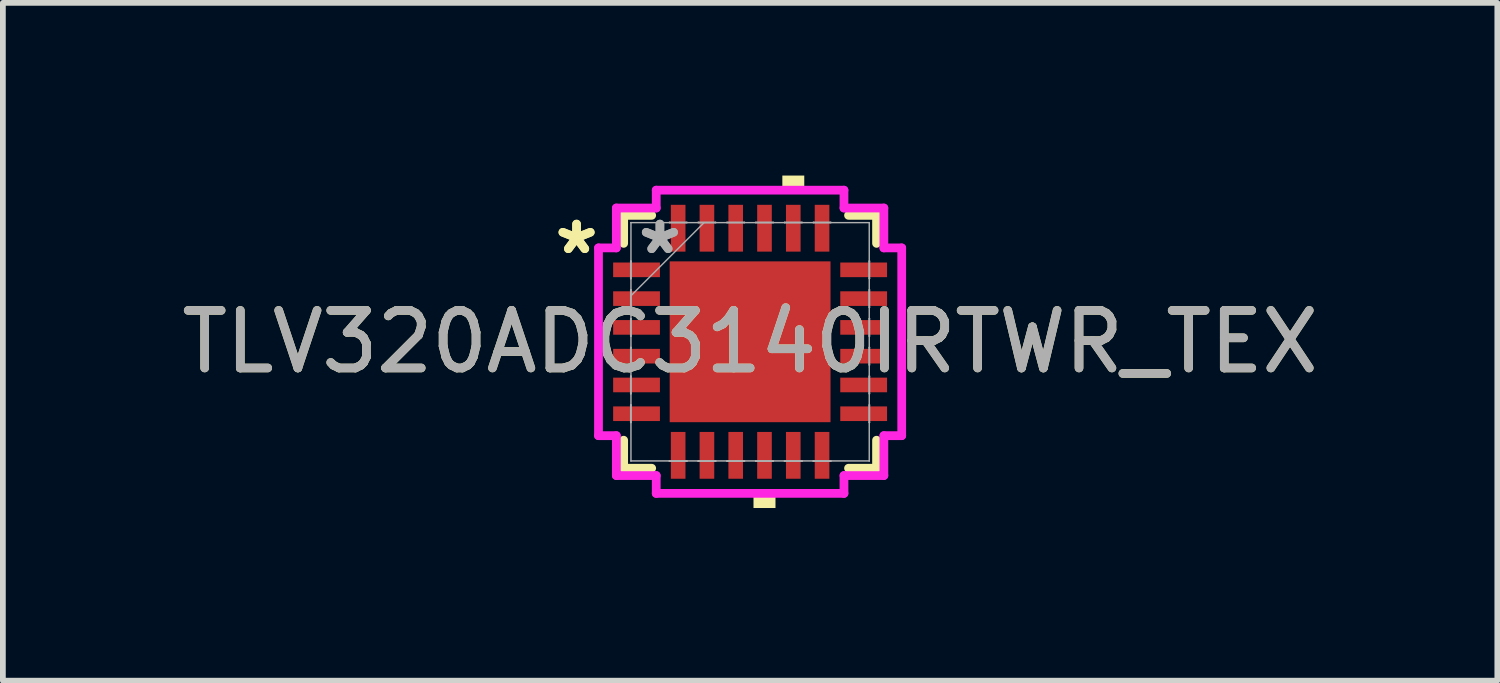
<source format=kicad_pcb>
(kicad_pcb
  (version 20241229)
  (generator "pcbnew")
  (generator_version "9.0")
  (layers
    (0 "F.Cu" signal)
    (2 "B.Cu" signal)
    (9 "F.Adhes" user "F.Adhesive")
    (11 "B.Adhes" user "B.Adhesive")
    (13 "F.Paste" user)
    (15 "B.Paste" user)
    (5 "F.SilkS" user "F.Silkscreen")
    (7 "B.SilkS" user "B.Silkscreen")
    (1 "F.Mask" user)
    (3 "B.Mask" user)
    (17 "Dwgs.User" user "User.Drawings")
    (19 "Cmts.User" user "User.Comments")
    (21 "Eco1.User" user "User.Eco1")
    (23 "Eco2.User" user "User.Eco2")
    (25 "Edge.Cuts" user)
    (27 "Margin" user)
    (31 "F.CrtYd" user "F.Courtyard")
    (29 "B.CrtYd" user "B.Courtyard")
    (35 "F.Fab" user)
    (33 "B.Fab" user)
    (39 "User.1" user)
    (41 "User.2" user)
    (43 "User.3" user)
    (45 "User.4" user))
  (footprint "TLV320ADC3140IRTWR_TEX"
    (layer "F.Cu")
    (at 9.982 2.888)
    (property "Reference" "TLV320ADC3140IRTWR_TEX" (at 0 0 0) (unlocked yes) (layer "F.SilkS") (effects (font (size 1 1) (thickness 0.15))))
    (attr smd)
    (fp_line (start -2.197 -2.197) (end -2.197 -1.71) (stroke (width 0.152) (type solid)) (layer "F.SilkS"))
    (fp_line (start -2.197 1.71) (end -2.197 2.197) (stroke (width 0.152) (type solid)) (layer "F.SilkS"))
    (fp_line (start -2.197 2.197) (end -1.71 2.197) (stroke (width 0.152) (type solid)) (layer "F.SilkS"))
    (fp_line (start -1.71 -2.197) (end -2.197 -2.197) (stroke (width 0.152) (type solid)) (layer "F.SilkS"))
    (fp_line (start 1.71 2.197) (end 2.197 2.197) (stroke (width 0.152) (type solid)) (layer "F.SilkS"))
    (fp_line (start 2.197 -2.197) (end 1.71 -2.197) (stroke (width 0.152) (type solid)) (layer "F.SilkS"))
    (fp_line (start 2.197 -1.71) (end 2.197 -2.197) (stroke (width 0.152) (type solid)) (layer "F.SilkS"))
    (fp_line (start 2.197 2.197) (end 2.197 1.71) (stroke (width 0.152) (type solid)) (layer "F.SilkS"))
    (fp_poly (pts (xy 0.059 2.634) (xy 0.059 2.888) (xy 0.441 2.888) (xy 0.441 2.634)) (stroke (width 0) (type solid)) (fill yes) (layer "F.SilkS"))
    (fp_poly (pts (xy 0.56 -2.634) (xy 0.56 -2.888) (xy 0.941 -2.888) (xy 0.941 -2.634)) (stroke (width 0) (type solid)) (fill yes) (layer "F.SilkS"))
    (fp_poly (pts (xy -1.297 -1.297) (xy -1.297 -0.1) (xy -0.1 -0.1) (xy -0.1 -1.297)) (stroke (width 0) (type solid)) (fill yes) (layer "F.Paste"))
    (fp_poly (pts (xy -1.297 0.1) (xy -1.297 1.297) (xy -0.1 1.297) (xy -0.1 0.1)) (stroke (width 0) (type solid)) (fill yes) (layer "F.Paste"))
    (fp_poly (pts (xy 0.1 -1.297) (xy 0.1 -0.1) (xy 1.297 -0.1) (xy 1.297 -1.297)) (stroke (width 0) (type solid)) (fill yes) (layer "F.Paste"))
    (fp_poly (pts (xy 0.1 0.1) (xy 0.1 1.297) (xy 1.297 1.297) (xy 1.297 0.1)) (stroke (width 0) (type solid)) (fill yes) (layer "F.Paste"))
    (fp_line (start -2.634 -1.631) (end -2.324 -1.631) (stroke (width 0.152) (type solid)) (layer "F.CrtYd"))
    (fp_line (start -2.634 1.631) (end -2.634 -1.631) (stroke (width 0.152) (type solid)) (layer "F.CrtYd"))
    (fp_line (start -2.324 -2.324) (end -1.631 -2.324) (stroke (width 0.152) (type solid)) (layer "F.CrtYd"))
    (fp_line (start -2.324 -1.631) (end -2.324 -2.324) (stroke (width 0.152) (type solid)) (layer "F.CrtYd"))
    (fp_line (start -2.324 1.631) (end -2.634 1.631) (stroke (width 0.152) (type solid)) (layer "F.CrtYd"))
    (fp_line (start -2.324 2.324) (end -2.324 1.631) (stroke (width 0.152) (type solid)) (layer "F.CrtYd"))
    (fp_line (start -1.631 -2.634) (end 1.631 -2.634) (stroke (width 0.152) (type solid)) (layer "F.CrtYd"))
    (fp_line (start -1.631 -2.324) (end -1.631 -2.634) (stroke (width 0.152) (type solid)) (layer "F.CrtYd"))
    (fp_line (start -1.631 2.324) (end -2.324 2.324) (stroke (width 0.152) (type solid)) (layer "F.CrtYd"))
    (fp_line (start -1.631 2.634) (end -1.631 2.324) (stroke (width 0.152) (type solid)) (layer "F.CrtYd"))
    (fp_line (start 1.631 -2.634) (end 1.631 -2.324) (stroke (width 0.152) (type solid)) (layer "F.CrtYd"))
    (fp_line (start 1.631 -2.324) (end 2.324 -2.324) (stroke (width 0.152) (type solid)) (layer "F.CrtYd"))
    (fp_line (start 1.631 2.324) (end 1.631 2.634) (stroke (width 0.152) (type solid)) (layer "F.CrtYd"))
    (fp_line (start 1.631 2.634) (end -1.631 2.634) (stroke (width 0.152) (type solid)) (layer "F.CrtYd"))
    (fp_line (start 2.324 -2.324) (end 2.324 -1.631) (stroke (width 0.152) (type solid)) (layer "F.CrtYd"))
    (fp_line (start 2.324 -1.631) (end 2.634 -1.631) (stroke (width 0.152) (type solid)) (layer "F.CrtYd"))
    (fp_line (start 2.324 1.631) (end 2.324 2.324) (stroke (width 0.152) (type solid)) (layer "F.CrtYd"))
    (fp_line (start 2.324 2.324) (end 1.631 2.324) (stroke (width 0.152) (type solid)) (layer "F.CrtYd"))
    (fp_line (start 2.634 -1.631) (end 2.634 1.631) (stroke (width 0.152) (type solid)) (layer "F.CrtYd"))
    (fp_line (start 2.634 1.631) (end 2.324 1.631) (stroke (width 0.152) (type solid)) (layer "F.CrtYd"))
    (fp_line (start -2.075 -1.402) (end -2.075 -1.098) (stroke (width 0.025) (type solid)) (layer "F.Fab"))
    (fp_line (start -2.075 -1.098) (end -2.07 -1.098) (stroke (width 0.025) (type solid)) (layer "F.Fab"))
    (fp_line (start -2.075 -0.902) (end -2.075 -0.598) (stroke (width 0.025) (type solid)) (layer "F.Fab"))
    (fp_line (start -2.075 -0.598) (end -2.07 -0.598) (stroke (width 0.025) (type solid)) (layer "F.Fab"))
    (fp_line (start -2.075 -0.402) (end -2.075 -0.098) (stroke (width 0.025) (type solid)) (layer "F.Fab"))
    (fp_line (start -2.075 -0.098) (end -2.07 -0.098) (stroke (width 0.025) (type solid)) (layer "F.Fab"))
    (fp_line (start -2.075 0.098) (end -2.075 0.402) (stroke (width 0.025) (type solid)) (layer "F.Fab"))
    (fp_line (start -2.075 0.402) (end -2.07 0.402) (stroke (width 0.025) (type solid)) (layer "F.Fab"))
    (fp_line (start -2.075 0.598) (end -2.075 0.902) (stroke (width 0.025) (type solid)) (layer "F.Fab"))
    (fp_line (start -2.075 0.902) (end -2.07 0.902) (stroke (width 0.025) (type solid)) (layer "F.Fab"))
    (fp_line (start -2.075 1.098) (end -2.075 1.402) (stroke (width 0.025) (type solid)) (layer "F.Fab"))
    (fp_line (start -2.075 1.402) (end -2.07 1.402) (stroke (width 0.025) (type solid)) (layer "F.Fab"))
    (fp_line (start -2.07 -2.07) (end -2.07 -2.07) (stroke (width 0.025) (type solid)) (layer "F.Fab"))
    (fp_line (start -2.07 -2.07) (end -2.07 2.07) (stroke (width 0.025) (type solid)) (layer "F.Fab"))
    (fp_line (start -2.07 -1.402) (end -2.075 -1.402) (stroke (width 0.025) (type solid)) (layer "F.Fab"))
    (fp_line (start -2.07 -1.098) (end -2.07 -1.402) (stroke (width 0.025) (type solid)) (layer "F.Fab"))
    (fp_line (start -2.07 -0.902) (end -2.075 -0.902) (stroke (width 0.025) (type solid)) (layer "F.Fab"))
    (fp_line (start -2.07 -0.8) (end -0.8 -2.07) (stroke (width 0.025) (type solid)) (layer "F.Fab"))
    (fp_line (start -2.07 -0.598) (end -2.07 -0.902) (stroke (width 0.025) (type solid)) (layer "F.Fab"))
    (fp_line (start -2.07 -0.402) (end -2.075 -0.402) (stroke (width 0.025) (type solid)) (layer "F.Fab"))
    (fp_line (start -2.07 -0.098) (end -2.07 -0.402) (stroke (width 0.025) (type solid)) (layer "F.Fab"))
    (fp_line (start -2.07 0.098) (end -2.075 0.098) (stroke (width 0.025) (type solid)) (layer "F.Fab"))
    (fp_line (start -2.07 0.402) (end -2.07 0.098) (stroke (width 0.025) (type solid)) (layer "F.Fab"))
    (fp_line (start -2.07 0.598) (end -2.075 0.598) (stroke (width 0.025) (type solid)) (layer "F.Fab"))
    (fp_line (start -2.07 0.902) (end -2.07 0.598) (stroke (width 0.025) (type solid)) (layer "F.Fab"))
    (fp_line (start -2.07 1.098) (end -2.075 1.098) (stroke (width 0.025) (type solid)) (layer "F.Fab"))
    (fp_line (start -2.07 1.402) (end -2.07 1.098) (stroke (width 0.025) (type solid)) (layer "F.Fab"))
    (fp_line (start -2.07 2.07) (end -2.07 2.07) (stroke (width 0.025) (type solid)) (layer "F.Fab"))
    (fp_line (start -2.07 2.07) (end 2.07 2.07) (stroke (width 0.025) (type solid)) (layer "F.Fab"))
    (fp_line (start -1.402 -2.075) (end -1.402 -2.07) (stroke (width 0.025) (type solid)) (layer "F.Fab"))
    (fp_line (start -1.402 -2.07) (end -1.098 -2.07) (stroke (width 0.025) (type solid)) (layer "F.Fab"))
    (fp_line (start -1.402 2.07) (end -1.402 2.075) (stroke (width 0.025) (type solid)) (layer "F.Fab"))
    (fp_line (start -1.402 2.075) (end -1.098 2.075) (stroke (width 0.025) (type solid)) (layer "F.Fab"))
    (fp_line (start -1.098 -2.075) (end -1.402 -2.075) (stroke (width 0.025) (type solid)) (layer "F.Fab"))
    (fp_line (start -1.098 -2.07) (end -1.098 -2.075) (stroke (width 0.025) (type solid)) (layer "F.Fab"))
    (fp_line (start -1.098 2.07) (end -1.402 2.07) (stroke (width 0.025) (type solid)) (layer "F.Fab"))
    (fp_line (start -1.098 2.075) (end -1.098 2.07) (stroke (width 0.025) (type solid)) (layer "F.Fab"))
    (fp_line (start -0.902 -2.075) (end -0.902 -2.07) (stroke (width 0.025) (type solid)) (layer "F.Fab"))
    (fp_line (start -0.902 -2.07) (end -0.598 -2.07) (stroke (width 0.025) (type solid)) (layer "F.Fab"))
    (fp_line (start -0.902 2.07) (end -0.902 2.075) (stroke (width 0.025) (type solid)) (layer "F.Fab"))
    (fp_line (start -0.902 2.075) (end -0.598 2.075) (stroke (width 0.025) (type solid)) (layer "F.Fab"))
    (fp_line (start -0.598 -2.075) (end -0.902 -2.075) (stroke (width 0.025) (type solid)) (layer "F.Fab"))
    (fp_line (start -0.598 -2.07) (end -0.598 -2.075) (stroke (width 0.025) (type solid)) (layer "F.Fab"))
    (fp_line (start -0.598 2.07) (end -0.902 2.07) (stroke (width 0.025) (type solid)) (layer "F.Fab"))
    (fp_line (start -0.598 2.075) (end -0.598 2.07) (stroke (width 0.025) (type solid)) (layer "F.Fab"))
    (fp_line (start -0.402 -2.075) (end -0.402 -2.07) (stroke (width 0.025) (type solid)) (layer "F.Fab"))
    (fp_line (start -0.402 -2.07) (end -0.098 -2.07) (stroke (width 0.025) (type solid)) (layer "F.Fab"))
    (fp_line (start -0.402 2.07) (end -0.402 2.075) (stroke (width 0.025) (type solid)) (layer "F.Fab"))
    (fp_line (start -0.402 2.075) (end -0.098 2.075) (stroke (width 0.025) (type solid)) (layer "F.Fab"))
    (fp_line (start -0.098 -2.075) (end -0.402 -2.075) (stroke (width 0.025) (type solid)) (layer "F.Fab"))
    (fp_line (start -0.098 -2.07) (end -0.098 -2.075) (stroke (width 0.025) (type solid)) (layer "F.Fab"))
    (fp_line (start -0.098 2.07) (end -0.402 2.07) (stroke (width 0.025) (type solid)) (layer "F.Fab"))
    (fp_line (start -0.098 2.075) (end -0.098 2.07) (stroke (width 0.025) (type solid)) (layer "F.Fab"))
    (fp_line (start 0.098 -2.075) (end 0.098 -2.07) (stroke (width 0.025) (type solid)) (layer "F.Fab"))
    (fp_line (start 0.098 -2.07) (end 0.402 -2.07) (stroke (width 0.025) (type solid)) (layer "F.Fab"))
    (fp_line (start 0.098 2.07) (end 0.098 2.075) (stroke (width 0.025) (type solid)) (layer "F.Fab"))
    (fp_line (start 0.098 2.075) (end 0.402 2.075) (stroke (width 0.025) (type solid)) (layer "F.Fab"))
    (fp_line (start 0.402 -2.075) (end 0.098 -2.075) (stroke (width 0.025) (type solid)) (layer "F.Fab"))
    (fp_line (start 0.402 -2.07) (end 0.402 -2.075) (stroke (width 0.025) (type solid)) (layer "F.Fab"))
    (fp_line (start 0.402 2.07) (end 0.098 2.07) (stroke (width 0.025) (type solid)) (layer "F.Fab"))
    (fp_line (start 0.402 2.075) (end 0.402 2.07) (stroke (width 0.025) (type solid)) (layer "F.Fab"))
    (fp_line (start 0.598 -2.075) (end 0.598 -2.07) (stroke (width 0.025) (type solid)) (layer "F.Fab"))
    (fp_line (start 0.598 -2.07) (end 0.902 -2.07) (stroke (width 0.025) (type solid)) (layer "F.Fab"))
    (fp_line (start 0.598 2.07) (end 0.598 2.075) (stroke (width 0.025) (type solid)) (layer "F.Fab"))
    (fp_line (start 0.598 2.075) (end 0.902 2.075) (stroke (width 0.025) (type solid)) (layer "F.Fab"))
    (fp_line (start 0.902 -2.075) (end 0.598 -2.075) (stroke (width 0.025) (type solid)) (layer "F.Fab"))
    (fp_line (start 0.902 -2.07) (end 0.902 -2.075) (stroke (width 0.025) (type solid)) (layer "F.Fab"))
    (fp_line (start 0.902 2.07) (end 0.598 2.07) (stroke (width 0.025) (type solid)) (layer "F.Fab"))
    (fp_line (start 0.902 2.075) (end 0.902 2.07) (stroke (width 0.025) (type solid)) (layer "F.Fab"))
    (fp_line (start 1.098 -2.075) (end 1.098 -2.07) (stroke (width 0.025) (type solid)) (layer "F.Fab"))
    (fp_line (start 1.098 -2.07) (end 1.402 -2.07) (stroke (width 0.025) (type solid)) (layer "F.Fab"))
    (fp_line (start 1.098 2.07) (end 1.098 2.075) (stroke (width 0.025) (type solid)) (layer "F.Fab"))
    (fp_line (start 1.098 2.075) (end 1.402 2.075) (stroke (width 0.025) (type solid)) (layer "F.Fab"))
    (fp_line (start 1.402 -2.075) (end 1.098 -2.075) (stroke (width 0.025) (type solid)) (layer "F.Fab"))
    (fp_line (start 1.402 -2.07) (end 1.402 -2.075) (stroke (width 0.025) (type solid)) (layer "F.Fab"))
    (fp_line (start 1.402 2.07) (end 1.098 2.07) (stroke (width 0.025) (type solid)) (layer "F.Fab"))
    (fp_line (start 1.402 2.075) (end 1.402 2.07) (stroke (width 0.025) (type solid)) (layer "F.Fab"))
    (fp_line (start 2.07 -2.07) (end -2.07 -2.07) (stroke (width 0.025) (type solid)) (layer "F.Fab"))
    (fp_line (start 2.07 -2.07) (end 2.07 -2.07) (stroke (width 0.025) (type solid)) (layer "F.Fab"))
    (fp_line (start 2.07 -1.402) (end 2.07 -1.098) (stroke (width 0.025) (type solid)) (layer "F.Fab"))
    (fp_line (start 2.07 -1.098) (end 2.075 -1.098) (stroke (width 0.025) (type solid)) (layer "F.Fab"))
    (fp_line (start 2.07 -0.902) (end 2.07 -0.598) (stroke (width 0.025) (type solid)) (layer "F.Fab"))
    (fp_line (start 2.07 -0.598) (end 2.075 -0.598) (stroke (width 0.025) (type solid)) (layer "F.Fab"))
    (fp_line (start 2.07 -0.402) (end 2.07 -0.098) (stroke (width 0.025) (type solid)) (layer "F.Fab"))
    (fp_line (start 2.07 -0.098) (end 2.075 -0.098) (stroke (width 0.025) (type solid)) (layer "F.Fab"))
    (fp_line (start 2.07 0.098) (end 2.07 0.402) (stroke (width 0.025) (type solid)) (layer "F.Fab"))
    (fp_line (start 2.07 0.402) (end 2.075 0.402) (stroke (width 0.025) (type solid)) (layer "F.Fab"))
    (fp_line (start 2.07 0.598) (end 2.07 0.902) (stroke (width 0.025) (type solid)) (layer "F.Fab"))
    (fp_line (start 2.07 0.902) (end 2.075 0.902) (stroke (width 0.025) (type solid)) (layer "F.Fab"))
    (fp_line (start 2.07 1.098) (end 2.07 1.402) (stroke (width 0.025) (type solid)) (layer "F.Fab"))
    (fp_line (start 2.07 1.402) (end 2.075 1.402) (stroke (width 0.025) (type solid)) (layer "F.Fab"))
    (fp_line (start 2.07 2.07) (end 2.07 -2.07) (stroke (width 0.025) (type solid)) (layer "F.Fab"))
    (fp_line (start 2.07 2.07) (end 2.07 2.07) (stroke (width 0.025) (type solid)) (layer "F.Fab"))
    (fp_line (start 2.075 -1.402) (end 2.07 -1.402) (stroke (width 0.025) (type solid)) (layer "F.Fab"))
    (fp_line (start 2.075 -1.098) (end 2.075 -1.402) (stroke (width 0.025) (type solid)) (layer "F.Fab"))
    (fp_line (start 2.075 -0.902) (end 2.07 -0.902) (stroke (width 0.025) (type solid)) (layer "F.Fab"))
    (fp_line (start 2.075 -0.598) (end 2.075 -0.902) (stroke (width 0.025) (type solid)) (layer "F.Fab"))
    (fp_line (start 2.075 -0.402) (end 2.07 -0.402) (stroke (width 0.025) (type solid)) (layer "F.Fab"))
    (fp_line (start 2.075 -0.098) (end 2.075 -0.402) (stroke (width 0.025) (type solid)) (layer "F.Fab"))
    (fp_line (start 2.075 0.098) (end 2.07 0.098) (stroke (width 0.025) (type solid)) (layer "F.Fab"))
    (fp_line (start 2.075 0.402) (end 2.075 0.098) (stroke (width 0.025) (type solid)) (layer "F.Fab"))
    (fp_line (start 2.075 0.598) (end 2.07 0.598) (stroke (width 0.025) (type solid)) (layer "F.Fab"))
    (fp_line (start 2.075 0.902) (end 2.075 0.598) (stroke (width 0.025) (type solid)) (layer "F.Fab"))
    (fp_line (start 2.075 1.098) (end 2.07 1.098) (stroke (width 0.025) (type solid)) (layer "F.Fab"))
    (fp_line (start 2.075 1.402) (end 2.075 1.098) (stroke (width 0.025) (type solid)) (layer "F.Fab"))
    (fp_text user "*" (at -3.015 -1.5 0) (layer "F.SilkS") (effects (font (size 1 1) (thickness 0.15))))
    (fp_text user "*" (at -3.015 -1.5 0) (unlocked yes) (layer "F.SilkS") (effects (font (size 1 1) (thickness 0.15))))
    (fp_text user "${REFERENCE}" (at 0 0 0) (unlocked yes) (layer "F.Fab") (effects (font (size 1 1) (thickness 0.15))))
    (fp_text user "*" (at -1.567 -1.5 0) (layer "F.Fab") (effects (font (size 1 1) (thickness 0.15))))
    (fp_text user "*" (at -1.567 -1.5 0) (unlocked yes) (layer "F.Fab") (effects (font (size 1 1) (thickness 0.15))))
    (pad "1" smd rect (at -1.973 -1.25 90) (size 0.254 0.813) (layers "F.Cu" "F.Mask" "F.Paste"))
    (pad "2" smd rect (at -1.973 -0.75 90) (size 0.254 0.813) (layers "F.Cu" "F.Mask" "F.Paste"))
    (pad "3" smd rect (at -1.973 -0.25 90) (size 0.254 0.813) (layers "F.Cu" "F.Mask" "F.Paste"))
    (pad "4" smd rect (at -1.973 0.25 90) (size 0.254 0.813) (layers "F.Cu" "F.Mask" "F.Paste"))
    (pad "5" smd rect (at -1.973 0.75 90) (size 0.254 0.813) (layers "F.Cu" "F.Mask" "F.Paste"))
    (pad "6" smd rect (at -1.973 1.25 90) (size 0.254 0.813) (layers "F.Cu" "F.Mask" "F.Paste"))
    (pad "7" smd rect (at -1.25 1.973) (size 0.254 0.813) (layers "F.Cu" "F.Mask" "F.Paste"))
    (pad "8" smd rect (at -0.75 1.973) (size 0.254 0.813) (layers "F.Cu" "F.Mask" "F.Paste"))
    (pad "9" smd rect (at -0.25 1.973) (size 0.254 0.813) (layers "F.Cu" "F.Mask" "F.Paste"))
    (pad "10" smd rect (at 0.25 1.973) (size 0.254 0.813) (layers "F.Cu" "F.Mask" "F.Paste"))
    (pad "11" smd rect (at 0.75 1.973) (size 0.254 0.813) (layers "F.Cu" "F.Mask" "F.Paste"))
    (pad "12" smd rect (at 1.25 1.973) (size 0.254 0.813) (layers "F.Cu" "F.Mask" "F.Paste"))
    (pad "13" smd rect (at 1.973 1.25 90) (size 0.254 0.813) (layers "F.Cu" "F.Mask" "F.Paste"))
    (pad "14" smd rect (at 1.973 0.75 90) (size 0.254 0.813) (layers "F.Cu" "F.Mask" "F.Paste"))
    (pad "15" smd rect (at 1.973 0.25 90) (size 0.254 0.813) (layers "F.Cu" "F.Mask" "F.Paste"))
    (pad "16" smd rect (at 1.973 -0.25 90) (size 0.254 0.813) (layers "F.Cu" "F.Mask" "F.Paste"))
    (pad "17" smd rect (at 1.973 -0.75 90) (size 0.254 0.813) (layers "F.Cu" "F.Mask" "F.Paste"))
    (pad "18" smd rect (at 1.973 -1.25 90) (size 0.254 0.813) (layers "F.Cu" "F.Mask" "F.Paste"))
    (pad "19" smd rect (at 1.25 -1.973) (size 0.254 0.813) (layers "F.Cu" "F.Mask" "F.Paste"))
    (pad "20" smd rect (at 0.75 -1.973) (size 0.254 0.813) (layers "F.Cu" "F.Mask" "F.Paste"))
    (pad "21" smd rect (at 0.25 -1.973) (size 0.254 0.813) (layers "F.Cu" "F.Mask" "F.Paste"))
    (pad "22" smd rect (at -0.25 -1.973) (size 0.254 0.813) (layers "F.Cu" "F.Mask" "F.Paste"))
    (pad "23" smd rect (at -0.75 -1.973) (size 0.254 0.813) (layers "F.Cu" "F.Mask" "F.Paste"))
    (pad "24" smd rect (at -1.25 -1.973) (size 0.254 0.813) (layers "F.Cu" "F.Mask" "F.Paste"))
    (pad "25" smd rect (at 0 0) (size 2.794 2.794) (layers "F.Cu" "F.Mask")))
  (gr_rect
    (start -3 -3)
    (end 22.964 8.776)
    (stroke (width 0.1) (type default))
    (fill no)
    (layer "Edge.Cuts")))
</source>
